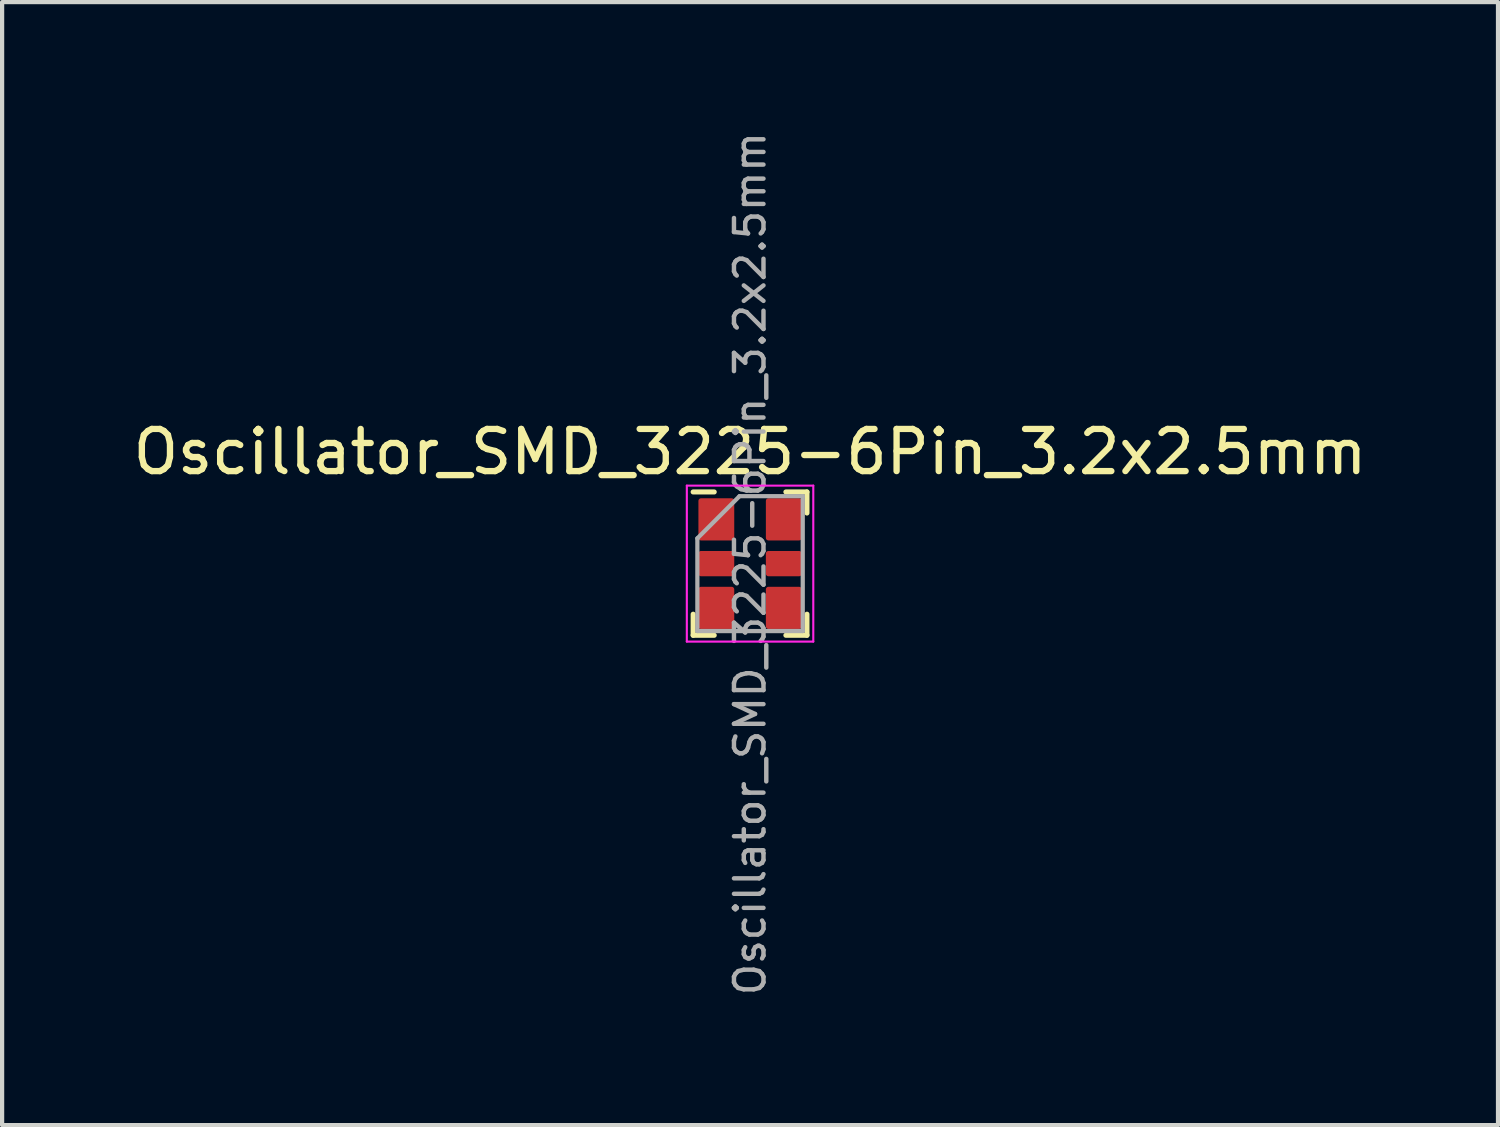
<source format=kicad_pcb>
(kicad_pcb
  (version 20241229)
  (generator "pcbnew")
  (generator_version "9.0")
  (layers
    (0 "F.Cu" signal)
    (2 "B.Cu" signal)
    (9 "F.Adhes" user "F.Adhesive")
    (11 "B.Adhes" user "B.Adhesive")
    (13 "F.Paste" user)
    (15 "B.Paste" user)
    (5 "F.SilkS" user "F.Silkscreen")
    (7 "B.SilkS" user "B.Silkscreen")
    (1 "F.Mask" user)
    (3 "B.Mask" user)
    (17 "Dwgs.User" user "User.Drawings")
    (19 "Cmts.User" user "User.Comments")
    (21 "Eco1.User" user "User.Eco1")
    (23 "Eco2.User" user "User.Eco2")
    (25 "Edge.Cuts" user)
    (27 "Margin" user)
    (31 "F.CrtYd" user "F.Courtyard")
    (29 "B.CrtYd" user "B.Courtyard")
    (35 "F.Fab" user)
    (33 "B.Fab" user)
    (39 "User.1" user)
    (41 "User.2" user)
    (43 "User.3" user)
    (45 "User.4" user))
  (footprint "Oscillator_SMD_3225-6Pin_3.2x2.5mm"
    (layer "F.Cu")
    (at 14.744 10.321)
    (property "Reference" "Oscillator_SMD_3225-6Pin_3.2x2.5mm" (at 0 -2.65 0) (layer "F.SilkS") (effects (font (size 1 1) (thickness 0.15))))
    (attr smd)
    (fp_line (start -1.35 1.2) (end -1.35 1.7) (stroke (width 0.12) (type solid)) (layer "F.SilkS"))
    (fp_line (start -1.35 1.7) (end -0.85 1.7) (stroke (width 0.12) (type solid)) (layer "F.SilkS"))
    (fp_line (start -0.85 -1.7) (end -1.35 -1.7) (stroke (width 0.12) (type solid)) (layer "F.SilkS"))
    (fp_line (start 0.85 1.7) (end 1.35 1.7) (stroke (width 0.12) (type solid)) (layer "F.SilkS"))
    (fp_line (start 1.35 -1.7) (end 0.85 -1.7) (stroke (width 0.12) (type solid)) (layer "F.SilkS"))
    (fp_line (start 1.35 -1.2) (end 1.35 -1.7) (stroke (width 0.12) (type solid)) (layer "F.SilkS"))
    (fp_line (start 1.35 1.7) (end 1.35 1.2) (stroke (width 0.12) (type solid)) (layer "F.SilkS"))
    (fp_line (start -1.5 -1.85) (end -1.5 1.85) (stroke (width 0.05) (type solid)) (layer "F.CrtYd"))
    (fp_line (start -1.5 1.85) (end 1.5 1.85) (stroke (width 0.05) (type solid)) (layer "F.CrtYd"))
    (fp_line (start 1.5 -1.85) (end -1.5 -1.85) (stroke (width 0.05) (type solid)) (layer "F.CrtYd"))
    (fp_line (start 1.5 1.85) (end 1.5 -1.85) (stroke (width 0.05) (type solid)) (layer "F.CrtYd"))
    (fp_line (start -1.25 -0.6) (end -1.25 1.6) (stroke (width 0.1) (type solid)) (layer "F.Fab"))
    (fp_line (start -1.25 1.6) (end 1.25 1.6) (stroke (width 0.1) (type solid)) (layer "F.Fab"))
    (fp_line (start -0.25 -1.6) (end -1.25 -0.6) (stroke (width 0.1) (type solid)) (layer "F.Fab"))
    (fp_line (start 1.25 -1.6) (end -0.25 -1.6) (stroke (width 0.1) (type solid)) (layer "F.Fab"))
    (fp_line (start 1.25 1.6) (end 1.25 -1.6) (stroke (width 0.1) (type solid)) (layer "F.Fab"))
    (fp_text user "${REFERENCE}" (at 0 0 270) (layer "F.Fab") (effects (font (size 0.7 0.7) (thickness 0.105))))
    (pad "1" smd roundrect (at -0.8 -1.05 270) (size 1 0.85) (layers "F.Cu" "F.Mask" "F.Paste") (roundrect_rratio 0.071))
    (pad "2" smd roundrect (at -0.8 0 270) (size 0.6 0.85) (layers "F.Cu" "F.Mask" "F.Paste") (roundrect_rratio 0.1))
    (pad "3" smd roundrect (at -0.8 1.05 270) (size 1 0.85) (layers "F.Cu" "F.Mask" "F.Paste") (roundrect_rratio 0.071))
    (pad "4" smd roundrect (at 0.8 1.05 270) (size 1 0.85) (layers "F.Cu" "F.Mask" "F.Paste") (roundrect_rratio 0.071))
    (pad "5" smd roundrect (at 0.8 0 270) (size 0.6 0.85) (layers "F.Cu" "F.Mask" "F.Paste") (roundrect_rratio 0.1))
    (pad "6" smd roundrect (at 0.8 -1.05 270) (size 1 0.85) (layers "F.Cu" "F.Mask" "F.Paste") (roundrect_rratio 0.071)))
  (gr_rect
    (start -3 -3)
    (end 32.488 23.642)
    (stroke (width 0.1) (type default))
    (fill no)
    (layer "Edge.Cuts")))
</source>
